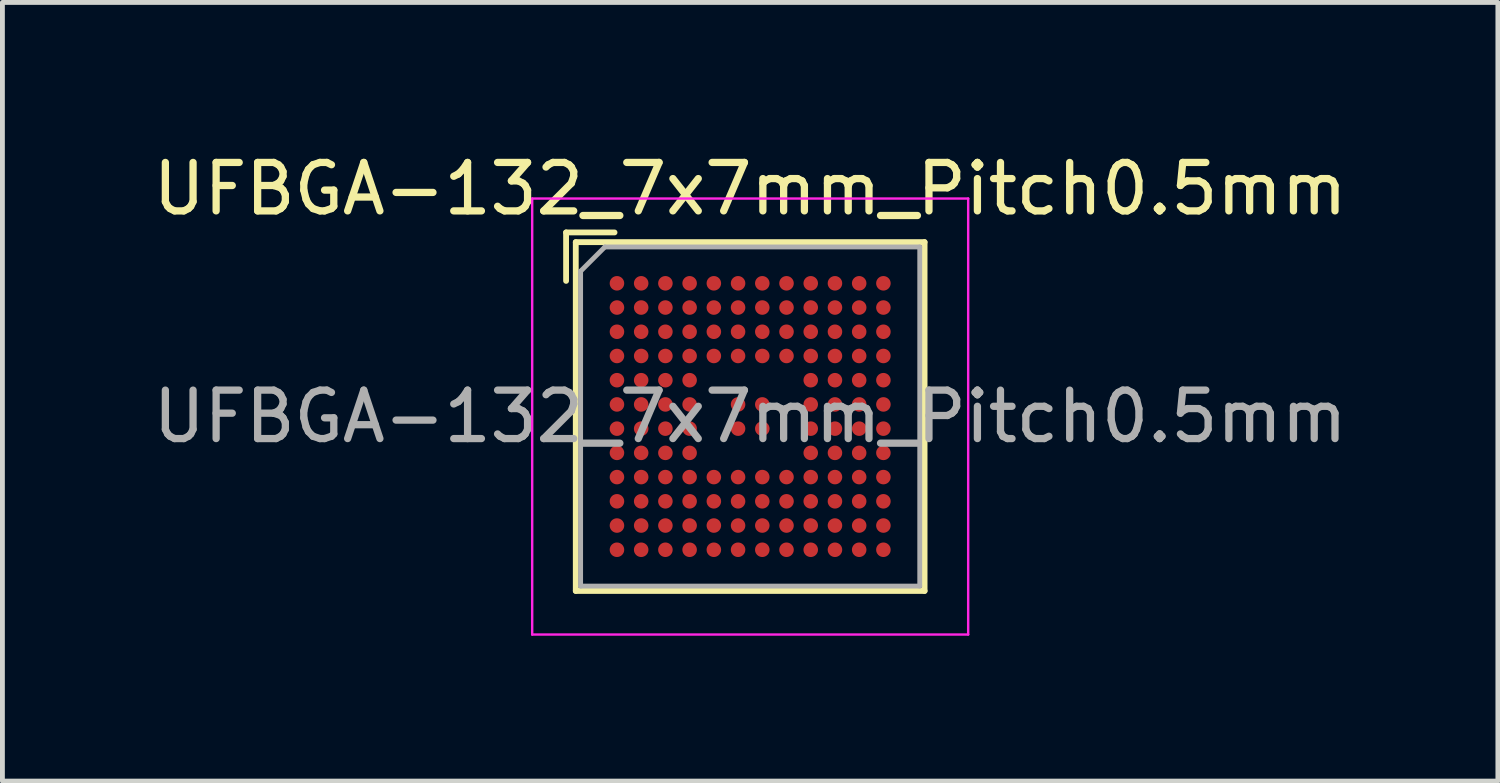
<source format=kicad_pcb>
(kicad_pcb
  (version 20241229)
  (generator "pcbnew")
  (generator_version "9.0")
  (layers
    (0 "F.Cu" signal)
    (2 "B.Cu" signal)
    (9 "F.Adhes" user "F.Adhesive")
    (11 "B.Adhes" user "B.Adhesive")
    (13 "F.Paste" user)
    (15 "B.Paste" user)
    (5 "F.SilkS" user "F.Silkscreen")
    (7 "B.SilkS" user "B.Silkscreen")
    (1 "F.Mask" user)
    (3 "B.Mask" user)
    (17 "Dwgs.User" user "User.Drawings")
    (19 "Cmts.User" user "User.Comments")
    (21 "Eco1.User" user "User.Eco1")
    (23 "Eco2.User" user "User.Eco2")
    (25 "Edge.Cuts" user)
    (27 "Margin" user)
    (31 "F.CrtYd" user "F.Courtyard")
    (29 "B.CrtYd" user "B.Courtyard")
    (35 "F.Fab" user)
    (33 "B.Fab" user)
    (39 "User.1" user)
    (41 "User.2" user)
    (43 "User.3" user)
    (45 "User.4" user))
  (footprint "UFBGA-132_7x7mm_Pitch0.5mm"
    (layer "F.Cu")
    (at 12.435 5.548)
    (property "Reference" "UFBGA-132_7x7mm_Pitch0.5mm" (at 0 -4.7 0) (layer "F.SilkS") (effects (font (size 1 1) (thickness 0.15))))
    (attr smd)
    (fp_line (start -3.8 -2.8) (end -3.8 -3.8) (stroke (width 0.12) (type solid)) (layer "F.SilkS"))
    (fp_line (start -3.6 -3.6) (end 3.6 -3.6) (stroke (width 0.12) (type solid)) (layer "F.SilkS"))
    (fp_line (start -3.6 3.6) (end -3.6 -3.6) (stroke (width 0.12) (type solid)) (layer "F.SilkS"))
    (fp_line (start -2.8 -3.8) (end -3.8 -3.8) (stroke (width 0.12) (type solid)) (layer "F.SilkS"))
    (fp_line (start 3.6 -3.6) (end 3.6 3.6) (stroke (width 0.12) (type solid)) (layer "F.SilkS"))
    (fp_line (start 3.6 3.6) (end -3.6 3.6) (stroke (width 0.12) (type solid)) (layer "F.SilkS"))
    (fp_line (start -4.5 -4.5) (end 4.5 -4.5) (stroke (width 0.05) (type solid)) (layer "F.CrtYd"))
    (fp_line (start -4.5 4.5) (end -4.5 -4.5) (stroke (width 0.05) (type solid)) (layer "F.CrtYd"))
    (fp_line (start 4.5 -4.5) (end 4.5 4.5) (stroke (width 0.05) (type solid)) (layer "F.CrtYd"))
    (fp_line (start 4.5 4.5) (end -4.5 4.5) (stroke (width 0.05) (type solid)) (layer "F.CrtYd"))
    (fp_line (start -3.5 3.5) (end -3.5 -3) (stroke (width 0.1) (type solid)) (layer "F.Fab"))
    (fp_line (start -3 -3.5) (end -3.5 -3) (stroke (width 0.1) (type solid)) (layer "F.Fab"))
    (fp_line (start -3 -3.5) (end 3.5 -3.5) (stroke (width 0.1) (type solid)) (layer "F.Fab"))
    (fp_line (start 3.5 -3.5) (end 3.5 3.5) (stroke (width 0.1) (type solid)) (layer "F.Fab"))
    (fp_line (start 3.5 3.5) (end -3.5 3.5) (stroke (width 0.1) (type solid)) (layer "F.Fab"))
    (fp_text user "${REFERENCE}" (at 0 0 0) (layer "F.Fab") (effects (font (size 1 1) (thickness 0.15))))
    (pad "A1" smd circle (at -2.75 -2.75) (size 0.3 0.3) (layers "F.Cu" "F.Mask" "F.Paste"))
    (pad "A2" smd circle (at -2.25 -2.75) (size 0.3 0.3) (layers "F.Cu" "F.Mask" "F.Paste"))
    (pad "A3" smd circle (at -1.75 -2.75) (size 0.3 0.3) (layers "F.Cu" "F.Mask" "F.Paste"))
    (pad "A4" smd circle (at -1.25 -2.75) (size 0.3 0.3) (layers "F.Cu" "F.Mask" "F.Paste"))
    (pad "A5" smd circle (at -0.75 -2.75) (size 0.3 0.3) (layers "F.Cu" "F.Mask" "F.Paste"))
    (pad "A6" smd circle (at -0.25 -2.75) (size 0.3 0.3) (layers "F.Cu" "F.Mask" "F.Paste"))
    (pad "A7" smd circle (at 0.25 -2.75) (size 0.3 0.3) (layers "F.Cu" "F.Mask" "F.Paste"))
    (pad "A8" smd circle (at 0.75 -2.75) (size 0.3 0.3) (layers "F.Cu" "F.Mask" "F.Paste"))
    (pad "A9" smd circle (at 1.25 -2.75) (size 0.3 0.3) (layers "F.Cu" "F.Mask" "F.Paste"))
    (pad "A10" smd circle (at 1.75 -2.75) (size 0.3 0.3) (layers "F.Cu" "F.Mask" "F.Paste"))
    (pad "A11" smd circle (at 2.25 -2.75) (size 0.3 0.3) (layers "F.Cu" "F.Mask" "F.Paste"))
    (pad "A12" smd circle (at 2.75 -2.75) (size 0.3 0.3) (layers "F.Cu" "F.Mask" "F.Paste"))
    (pad "B1" smd circle (at -2.75 -2.25) (size 0.3 0.3) (layers "F.Cu" "F.Mask" "F.Paste"))
    (pad "B2" smd circle (at -2.25 -2.25) (size 0.3 0.3) (layers "F.Cu" "F.Mask" "F.Paste"))
    (pad "B3" smd circle (at -1.75 -2.25) (size 0.3 0.3) (layers "F.Cu" "F.Mask" "F.Paste"))
    (pad "B4" smd circle (at -1.25 -2.25) (size 0.3 0.3) (layers "F.Cu" "F.Mask" "F.Paste"))
    (pad "B5" smd circle (at -0.75 -2.25) (size 0.3 0.3) (layers "F.Cu" "F.Mask" "F.Paste"))
    (pad "B6" smd circle (at -0.25 -2.25) (size 0.3 0.3) (layers "F.Cu" "F.Mask" "F.Paste"))
    (pad "B7" smd circle (at 0.25 -2.25) (size 0.3 0.3) (layers "F.Cu" "F.Mask" "F.Paste"))
    (pad "B8" smd circle (at 0.75 -2.25) (size 0.3 0.3) (layers "F.Cu" "F.Mask" "F.Paste"))
    (pad "B9" smd circle (at 1.25 -2.25) (size 0.3 0.3) (layers "F.Cu" "F.Mask" "F.Paste"))
    (pad "B10" smd circle (at 1.75 -2.25) (size 0.3 0.3) (layers "F.Cu" "F.Mask" "F.Paste"))
    (pad "B11" smd circle (at 2.25 -2.25) (size 0.3 0.3) (layers "F.Cu" "F.Mask" "F.Paste"))
    (pad "B12" smd circle (at 2.75 -2.25) (size 0.3 0.3) (layers "F.Cu" "F.Mask" "F.Paste"))
    (pad "C1" smd circle (at -2.75 -1.75) (size 0.3 0.3) (layers "F.Cu" "F.Mask" "F.Paste"))
    (pad "C2" smd circle (at -2.25 -1.75) (size 0.3 0.3) (layers "F.Cu" "F.Mask" "F.Paste"))
    (pad "C3" smd circle (at -1.75 -1.75) (size 0.3 0.3) (layers "F.Cu" "F.Mask" "F.Paste"))
    (pad "C4" smd circle (at -1.25 -1.75) (size 0.3 0.3) (layers "F.Cu" "F.Mask" "F.Paste"))
    (pad "C5" smd circle (at -0.75 -1.75) (size 0.3 0.3) (layers "F.Cu" "F.Mask" "F.Paste"))
    (pad "C6" smd circle (at -0.25 -1.75) (size 0.3 0.3) (layers "F.Cu" "F.Mask" "F.Paste"))
    (pad "C7" smd circle (at 0.25 -1.75) (size 0.3 0.3) (layers "F.Cu" "F.Mask" "F.Paste"))
    (pad "C8" smd circle (at 0.75 -1.75) (size 0.3 0.3) (layers "F.Cu" "F.Mask" "F.Paste"))
    (pad "C9" smd circle (at 1.25 -1.75) (size 0.3 0.3) (layers "F.Cu" "F.Mask" "F.Paste"))
    (pad "C10" smd circle (at 1.75 -1.75) (size 0.3 0.3) (layers "F.Cu" "F.Mask" "F.Paste"))
    (pad "C11" smd circle (at 2.25 -1.75) (size 0.3 0.3) (layers "F.Cu" "F.Mask" "F.Paste"))
    (pad "C12" smd circle (at 2.75 -1.75) (size 0.3 0.3) (layers "F.Cu" "F.Mask" "F.Paste"))
    (pad "D1" smd circle (at -2.75 -1.25) (size 0.3 0.3) (layers "F.Cu" "F.Mask" "F.Paste"))
    (pad "D2" smd circle (at -2.25 -1.25) (size 0.3 0.3) (layers "F.Cu" "F.Mask" "F.Paste"))
    (pad "D3" smd circle (at -1.75 -1.25) (size 0.3 0.3) (layers "F.Cu" "F.Mask" "F.Paste"))
    (pad "D4" smd circle (at -1.25 -1.25) (size 0.3 0.3) (layers "F.Cu" "F.Mask" "F.Paste"))
    (pad "D5" smd circle (at -0.75 -1.25) (size 0.3 0.3) (layers "F.Cu" "F.Mask" "F.Paste"))
    (pad "D6" smd circle (at -0.25 -1.25) (size 0.3 0.3) (layers "F.Cu" "F.Mask" "F.Paste"))
    (pad "D7" smd circle (at 0.25 -1.25) (size 0.3 0.3) (layers "F.Cu" "F.Mask" "F.Paste"))
    (pad "D8" smd circle (at 0.75 -1.25) (size 0.3 0.3) (layers "F.Cu" "F.Mask" "F.Paste"))
    (pad "D9" smd circle (at 1.25 -1.25) (size 0.3 0.3) (layers "F.Cu" "F.Mask" "F.Paste"))
    (pad "D10" smd circle (at 1.75 -1.25) (size 0.3 0.3) (layers "F.Cu" "F.Mask" "F.Paste"))
    (pad "D11" smd circle (at 2.25 -1.25) (size 0.3 0.3) (layers "F.Cu" "F.Mask" "F.Paste"))
    (pad "D12" smd circle (at 2.75 -1.25) (size 0.3 0.3) (layers "F.Cu" "F.Mask" "F.Paste"))
    (pad "E1" smd circle (at -2.75 -0.75) (size 0.3 0.3) (layers "F.Cu" "F.Mask" "F.Paste"))
    (pad "E2" smd circle (at -2.25 -0.75) (size 0.3 0.3) (layers "F.Cu" "F.Mask" "F.Paste"))
    (pad "E3" smd circle (at -1.75 -0.75) (size 0.3 0.3) (layers "F.Cu" "F.Mask" "F.Paste"))
    (pad "E4" smd circle (at -1.25 -0.75) (size 0.3 0.3) (layers "F.Cu" "F.Mask" "F.Paste"))
    (pad "E9" smd circle (at 1.25 -0.75) (size 0.3 0.3) (layers "F.Cu" "F.Mask" "F.Paste"))
    (pad "E10" smd circle (at 1.75 -0.75) (size 0.3 0.3) (layers "F.Cu" "F.Mask" "F.Paste"))
    (pad "E11" smd circle (at 2.25 -0.75) (size 0.3 0.3) (layers "F.Cu" "F.Mask" "F.Paste"))
    (pad "E12" smd circle (at 2.75 -0.75) (size 0.3 0.3) (layers "F.Cu" "F.Mask" "F.Paste"))
    (pad "F1" smd circle (at -2.75 -0.25) (size 0.3 0.3) (layers "F.Cu" "F.Mask" "F.Paste"))
    (pad "F2" smd circle (at -2.25 -0.25) (size 0.3 0.3) (layers "F.Cu" "F.Mask" "F.Paste"))
    (pad "F3" smd circle (at -1.75 -0.25) (size 0.3 0.3) (layers "F.Cu" "F.Mask" "F.Paste"))
    (pad "F4" smd circle (at -1.25 -0.25) (size 0.3 0.3) (layers "F.Cu" "F.Mask" "F.Paste"))
    (pad "F6" smd circle (at -0.25 -0.25) (size 0.3 0.3) (layers "F.Cu" "F.Mask" "F.Paste"))
    (pad "F7" smd circle (at 0.25 -0.25) (size 0.3 0.3) (layers "F.Cu" "F.Mask" "F.Paste"))
    (pad "F9" smd circle (at 1.25 -0.25) (size 0.3 0.3) (layers "F.Cu" "F.Mask" "F.Paste"))
    (pad "F10" smd circle (at 1.75 -0.25) (size 0.3 0.3) (layers "F.Cu" "F.Mask" "F.Paste"))
    (pad "F11" smd circle (at 2.25 -0.25) (size 0.3 0.3) (layers "F.Cu" "F.Mask" "F.Paste"))
    (pad "F12" smd circle (at 2.75 -0.25) (size 0.3 0.3) (layers "F.Cu" "F.Mask" "F.Paste"))
    (pad "G1" smd circle (at -2.75 0.25) (size 0.3 0.3) (layers "F.Cu" "F.Mask" "F.Paste"))
    (pad "G2" smd circle (at -2.25 0.25) (size 0.3 0.3) (layers "F.Cu" "F.Mask" "F.Paste"))
    (pad "G3" smd circle (at -1.75 0.25) (size 0.3 0.3) (layers "F.Cu" "F.Mask" "F.Paste"))
    (pad "G4" smd circle (at -1.25 0.25) (size 0.3 0.3) (layers "F.Cu" "F.Mask" "F.Paste"))
    (pad "G6" smd circle (at -0.25 0.25) (size 0.3 0.3) (layers "F.Cu" "F.Mask" "F.Paste"))
    (pad "G7" smd circle (at 0.25 0.25) (size 0.3 0.3) (layers "F.Cu" "F.Mask" "F.Paste"))
    (pad "G9" smd circle (at 1.25 0.25) (size 0.3 0.3) (layers "F.Cu" "F.Mask" "F.Paste"))
    (pad "G10" smd circle (at 1.75 0.25) (size 0.3 0.3) (layers "F.Cu" "F.Mask" "F.Paste"))
    (pad "G11" smd circle (at 2.25 0.25) (size 0.3 0.3) (layers "F.Cu" "F.Mask" "F.Paste"))
    (pad "G12" smd circle (at 2.75 0.25) (size 0.3 0.3) (layers "F.Cu" "F.Mask" "F.Paste"))
    (pad "H1" smd circle (at -2.75 0.75) (size 0.3 0.3) (layers "F.Cu" "F.Mask" "F.Paste"))
    (pad "H2" smd circle (at -2.25 0.75) (size 0.3 0.3) (layers "F.Cu" "F.Mask" "F.Paste"))
    (pad "H3" smd circle (at -1.75 0.75) (size 0.3 0.3) (layers "F.Cu" "F.Mask" "F.Paste"))
    (pad "H4" smd circle (at -1.25 0.75) (size 0.3 0.3) (layers "F.Cu" "F.Mask" "F.Paste"))
    (pad "H9" smd circle (at 1.25 0.75) (size 0.3 0.3) (layers "F.Cu" "F.Mask" "F.Paste"))
    (pad "H10" smd circle (at 1.75 0.75) (size 0.3 0.3) (layers "F.Cu" "F.Mask" "F.Paste"))
    (pad "H11" smd circle (at 2.25 0.75) (size 0.3 0.3) (layers "F.Cu" "F.Mask" "F.Paste"))
    (pad "H12" smd circle (at 2.75 0.75) (size 0.3 0.3) (layers "F.Cu" "F.Mask" "F.Paste"))
    (pad "J1" smd circle (at -2.75 1.25) (size 0.3 0.3) (layers "F.Cu" "F.Mask" "F.Paste"))
    (pad "J2" smd circle (at -2.25 1.25) (size 0.3 0.3) (layers "F.Cu" "F.Mask" "F.Paste"))
    (pad "J3" smd circle (at -1.75 1.25) (size 0.3 0.3) (layers "F.Cu" "F.Mask" "F.Paste"))
    (pad "J4" smd circle (at -1.25 1.25) (size 0.3 0.3) (layers "F.Cu" "F.Mask" "F.Paste"))
    (pad "J5" smd circle (at -0.75 1.25) (size 0.3 0.3) (layers "F.Cu" "F.Mask" "F.Paste"))
    (pad "J6" smd circle (at -0.25 1.25) (size 0.3 0.3) (layers "F.Cu" "F.Mask" "F.Paste"))
    (pad "J7" smd circle (at 0.25 1.25) (size 0.3 0.3) (layers "F.Cu" "F.Mask" "F.Paste"))
    (pad "J8" smd circle (at 0.75 1.25) (size 0.3 0.3) (layers "F.Cu" "F.Mask" "F.Paste"))
    (pad "J9" smd circle (at 1.25 1.25) (size 0.3 0.3) (layers "F.Cu" "F.Mask" "F.Paste"))
    (pad "J10" smd circle (at 1.75 1.25) (size 0.3 0.3) (layers "F.Cu" "F.Mask" "F.Paste"))
    (pad "J11" smd circle (at 2.25 1.25) (size 0.3 0.3) (layers "F.Cu" "F.Mask" "F.Paste"))
    (pad "J12" smd circle (at 2.75 1.25) (size 0.3 0.3) (layers "F.Cu" "F.Mask" "F.Paste"))
    (pad "K1" smd circle (at -2.75 1.75) (size 0.3 0.3) (layers "F.Cu" "F.Mask" "F.Paste"))
    (pad "K2" smd circle (at -2.25 1.75) (size 0.3 0.3) (layers "F.Cu" "F.Mask" "F.Paste"))
    (pad "K3" smd circle (at -1.75 1.75) (size 0.3 0.3) (layers "F.Cu" "F.Mask" "F.Paste"))
    (pad "K4" smd circle (at -1.25 1.75) (size 0.3 0.3) (layers "F.Cu" "F.Mask" "F.Paste"))
    (pad "K5" smd circle (at -0.75 1.75) (size 0.3 0.3) (layers "F.Cu" "F.Mask" "F.Paste"))
    (pad "K6" smd circle (at -0.25 1.75) (size 0.3 0.3) (layers "F.Cu" "F.Mask" "F.Paste"))
    (pad "K7" smd circle (at 0.25 1.75) (size 0.3 0.3) (layers "F.Cu" "F.Mask" "F.Paste"))
    (pad "K8" smd circle (at 0.75 1.75) (size 0.3 0.3) (layers "F.Cu" "F.Mask" "F.Paste"))
    (pad "K9" smd circle (at 1.25 1.75) (size 0.3 0.3) (layers "F.Cu" "F.Mask" "F.Paste"))
    (pad "K10" smd circle (at 1.75 1.75) (size 0.3 0.3) (layers "F.Cu" "F.Mask" "F.Paste"))
    (pad "K11" smd circle (at 2.25 1.75) (size 0.3 0.3) (layers "F.Cu" "F.Mask" "F.Paste"))
    (pad "K12" smd circle (at 2.75 1.75) (size 0.3 0.3) (layers "F.Cu" "F.Mask" "F.Paste"))
    (pad "L1" smd circle (at -2.75 2.25) (size 0.3 0.3) (layers "F.Cu" "F.Mask" "F.Paste"))
    (pad "L2" smd circle (at -2.25 2.25) (size 0.3 0.3) (layers "F.Cu" "F.Mask" "F.Paste"))
    (pad "L3" smd circle (at -1.75 2.25) (size 0.3 0.3) (layers "F.Cu" "F.Mask" "F.Paste"))
    (pad "L4" smd circle (at -1.25 2.25) (size 0.3 0.3) (layers "F.Cu" "F.Mask" "F.Paste"))
    (pad "L5" smd circle (at -0.75 2.25) (size 0.3 0.3) (layers "F.Cu" "F.Mask" "F.Paste"))
    (pad "L6" smd circle (at -0.25 2.25) (size 0.3 0.3) (layers "F.Cu" "F.Mask" "F.Paste"))
    (pad "L7" smd circle (at 0.25 2.25) (size 0.3 0.3) (layers "F.Cu" "F.Mask" "F.Paste"))
    (pad "L8" smd circle (at 0.75 2.25) (size 0.3 0.3) (layers "F.Cu" "F.Mask" "F.Paste"))
    (pad "L9" smd circle (at 1.25 2.25) (size 0.3 0.3) (layers "F.Cu" "F.Mask" "F.Paste"))
    (pad "L10" smd circle (at 1.75 2.25) (size 0.3 0.3) (layers "F.Cu" "F.Mask" "F.Paste"))
    (pad "L11" smd circle (at 2.25 2.25) (size 0.3 0.3) (layers "F.Cu" "F.Mask" "F.Paste"))
    (pad "L12" smd circle (at 2.75 2.25) (size 0.3 0.3) (layers "F.Cu" "F.Mask" "F.Paste"))
    (pad "M1" smd circle (at -2.75 2.75) (size 0.3 0.3) (layers "F.Cu" "F.Mask" "F.Paste"))
    (pad "M2" smd circle (at -2.25 2.75) (size 0.3 0.3) (layers "F.Cu" "F.Mask" "F.Paste"))
    (pad "M3" smd circle (at -1.75 2.75) (size 0.3 0.3) (layers "F.Cu" "F.Mask" "F.Paste"))
    (pad "M4" smd circle (at -1.25 2.75) (size 0.3 0.3) (layers "F.Cu" "F.Mask" "F.Paste"))
    (pad "M5" smd circle (at -0.75 2.75) (size 0.3 0.3) (layers "F.Cu" "F.Mask" "F.Paste"))
    (pad "M6" smd circle (at -0.25 2.75) (size 0.3 0.3) (layers "F.Cu" "F.Mask" "F.Paste"))
    (pad "M7" smd circle (at 0.25 2.75) (size 0.3 0.3) (layers "F.Cu" "F.Mask" "F.Paste"))
    (pad "M8" smd circle (at 0.75 2.75) (size 0.3 0.3) (layers "F.Cu" "F.Mask" "F.Paste"))
    (pad "M9" smd circle (at 1.25 2.75) (size 0.3 0.3) (layers "F.Cu" "F.Mask" "F.Paste"))
    (pad "M10" smd circle (at 1.75 2.75) (size 0.3 0.3) (layers "F.Cu" "F.Mask" "F.Paste"))
    (pad "M11" smd circle (at 2.25 2.75) (size 0.3 0.3) (layers "F.Cu" "F.Mask" "F.Paste"))
    (pad "M12" smd circle (at 2.75 2.75) (size 0.3 0.3) (layers "F.Cu" "F.Mask" "F.Paste")))
  (gr_rect
    (start -3 -3)
    (end 27.869 13.073)
    (stroke (width 0.1) (type default))
    (fill no)
    (layer "Edge.Cuts")))
</source>
